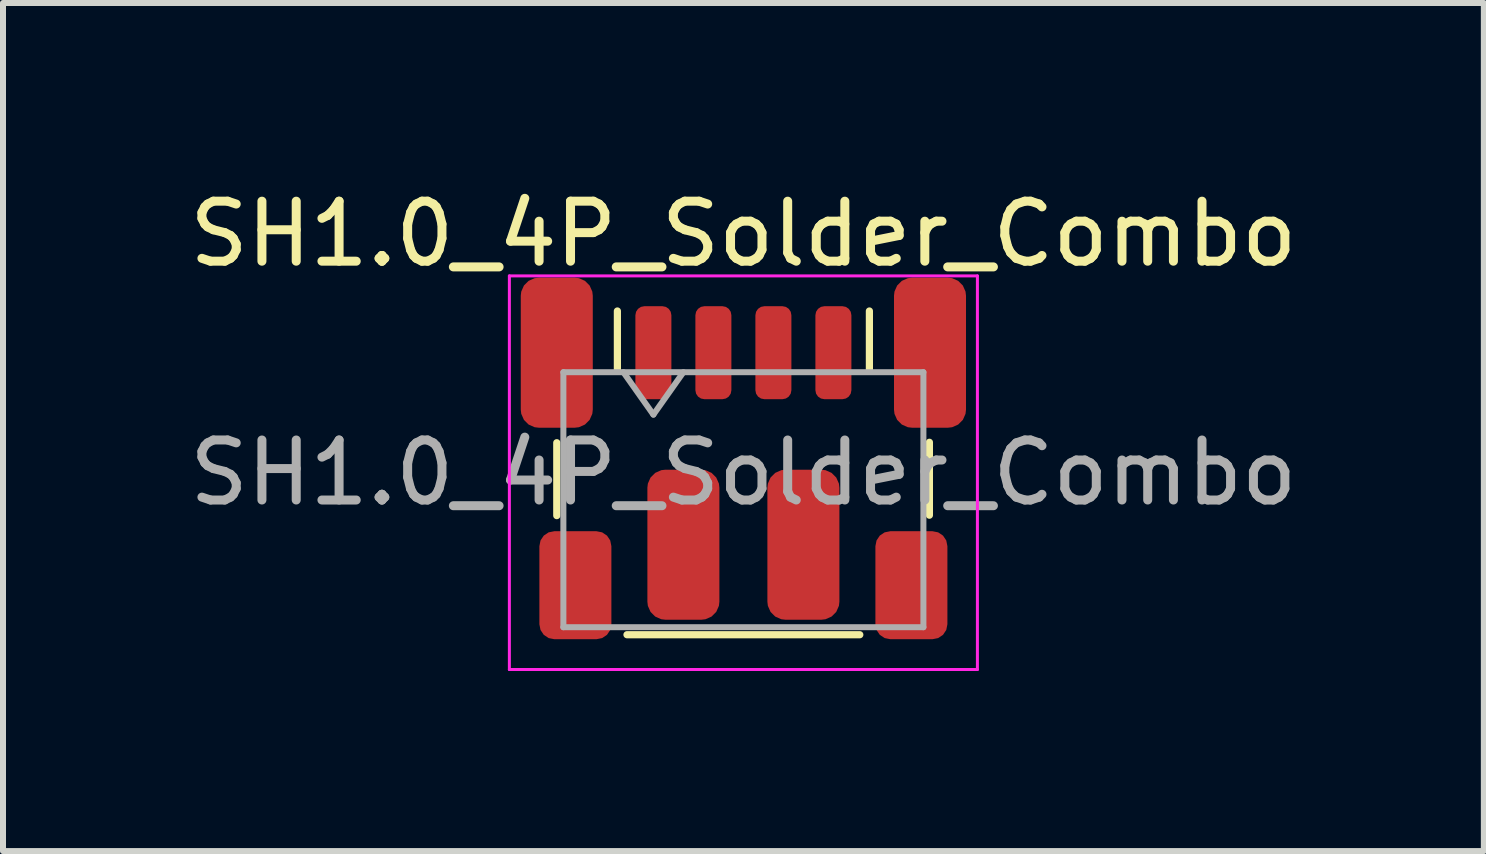
<source format=kicad_pcb>
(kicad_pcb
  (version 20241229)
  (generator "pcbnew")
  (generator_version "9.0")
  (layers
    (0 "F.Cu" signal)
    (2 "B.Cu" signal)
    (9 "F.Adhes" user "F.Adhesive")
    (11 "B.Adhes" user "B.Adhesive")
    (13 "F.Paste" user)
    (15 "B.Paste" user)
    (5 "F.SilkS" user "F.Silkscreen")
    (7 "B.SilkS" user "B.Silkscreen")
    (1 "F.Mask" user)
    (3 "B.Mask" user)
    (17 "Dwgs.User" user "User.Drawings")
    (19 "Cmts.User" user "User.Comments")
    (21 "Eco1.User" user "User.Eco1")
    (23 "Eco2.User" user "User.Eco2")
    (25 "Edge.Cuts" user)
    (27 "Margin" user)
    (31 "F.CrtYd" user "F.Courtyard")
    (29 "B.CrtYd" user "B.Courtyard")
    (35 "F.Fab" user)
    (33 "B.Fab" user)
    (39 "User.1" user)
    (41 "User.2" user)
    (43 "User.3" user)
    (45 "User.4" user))
  (footprint "SH1.0_4P_Solder_Combo"
    (layer "F.Cu")
    (at 9.339 4.828)
    (property "Reference" "SH1.0_4P_Solder_Combo" (at 0 -3.98 0) (layer "F.SilkS") (effects (font (size 1 1) (thickness 0.15))))
    (attr smd)
    (fp_line (start -3.11 0.715) (end -3.11 -0.5) (stroke (width 0.12) (type solid)) (layer "F.SilkS"))
    (fp_line (start -2.1 -1.705) (end -2.1 -2.695) (stroke (width 0.12) (type solid)) (layer "F.SilkS"))
    (fp_line (start -1.94 2.7) (end 1.94 2.7) (stroke (width 0.12) (type solid)) (layer "F.SilkS"))
    (fp_line (start 2.1 -1.705) (end 2.1 -2.695) (stroke (width 0.12) (type solid)) (layer "F.SilkS"))
    (fp_line (start 3.1 0.708) (end 3.1 -0.507) (stroke (width 0.12) (type solid)) (layer "F.SilkS"))
    (fp_line (start -3.9 -3.28) (end -3.9 3.28) (stroke (width 0.05) (type solid)) (layer "F.CrtYd"))
    (fp_line (start -3.9 3.28) (end 3.9 3.28) (stroke (width 0.05) (type solid)) (layer "F.CrtYd"))
    (fp_line (start 3.9 -3.28) (end -3.9 -3.28) (stroke (width 0.05) (type solid)) (layer "F.CrtYd"))
    (fp_line (start 3.9 3.28) (end 3.9 -3.28) (stroke (width 0.05) (type solid)) (layer "F.CrtYd"))
    (fp_line (start -3 -1.675) (end -3 2.575) (stroke (width 0.1) (type solid)) (layer "F.Fab"))
    (fp_line (start -3 -1.675) (end 3 -1.675) (stroke (width 0.1) (type solid)) (layer "F.Fab"))
    (fp_line (start -3 2.575) (end 3 2.575) (stroke (width 0.1) (type solid)) (layer "F.Fab"))
    (fp_line (start -2 -1.675) (end -1.5 -0.968) (stroke (width 0.1) (type solid)) (layer "F.Fab"))
    (fp_line (start -1.5 -0.968) (end -1 -1.675) (stroke (width 0.1) (type solid)) (layer "F.Fab"))
    (fp_line (start 3 -1.675) (end 3 2.575) (stroke (width 0.1) (type solid)) (layer "F.Fab"))
    (fp_text user "${REFERENCE}" (at 0 0 0) (layer "F.Fab") (effects (font (size 1 1) (thickness 0.15))))
    (pad "1" smd roundrect (at -3.11 -2) (size 1.2 2.5) (layers "F.Cu" "F.Mask" "F.Paste") (roundrect_rratio 0.25))
    (pad "1" smd roundrect (at -1.5 -2) (size 0.6 1.55) (layers "F.Cu" "F.Mask" "F.Paste") (roundrect_rratio 0.25))
    (pad "2" smd roundrect (at -1 1.2) (size 1.2 2.5) (layers "F.Cu" "F.Mask" "F.Paste") (roundrect_rratio 0.25))
    (pad "2" smd roundrect (at -0.5 -2) (size 0.6 1.55) (layers "F.Cu" "F.Mask" "F.Paste") (roundrect_rratio 0.25))
    (pad "3" smd roundrect (at 0.5 -2) (size 0.6 1.55) (layers "F.Cu" "F.Mask" "F.Paste") (roundrect_rratio 0.25))
    (pad "3" smd roundrect (at 1 1.2) (size 1.2 2.5) (layers "F.Cu" "F.Mask" "F.Paste") (roundrect_rratio 0.25))
    (pad "4" smd roundrect (at 1.5 -2) (size 0.6 1.55) (layers "F.Cu" "F.Mask" "F.Paste") (roundrect_rratio 0.25))
    (pad "4" smd roundrect (at 3.11 -2) (size 1.2 2.5) (layers "F.Cu" "F.Mask" "F.Paste") (roundrect_rratio 0.25))
    (pad "MP" smd roundrect (at -2.8 1.875) (size 1.2 1.8) (layers "F.Cu" "F.Mask" "F.Paste") (roundrect_rratio 0.208))
    (pad "MP" smd roundrect (at 2.8 1.875) (size 1.2 1.8) (layers "F.Cu" "F.Mask" "F.Paste") (roundrect_rratio 0.208)))
  (gr_rect
    (start -3 -3)
    (end 21.679 11.133)
    (stroke (width 0.1) (type default))
    (fill no)
    (layer "Edge.Cuts")))
</source>
